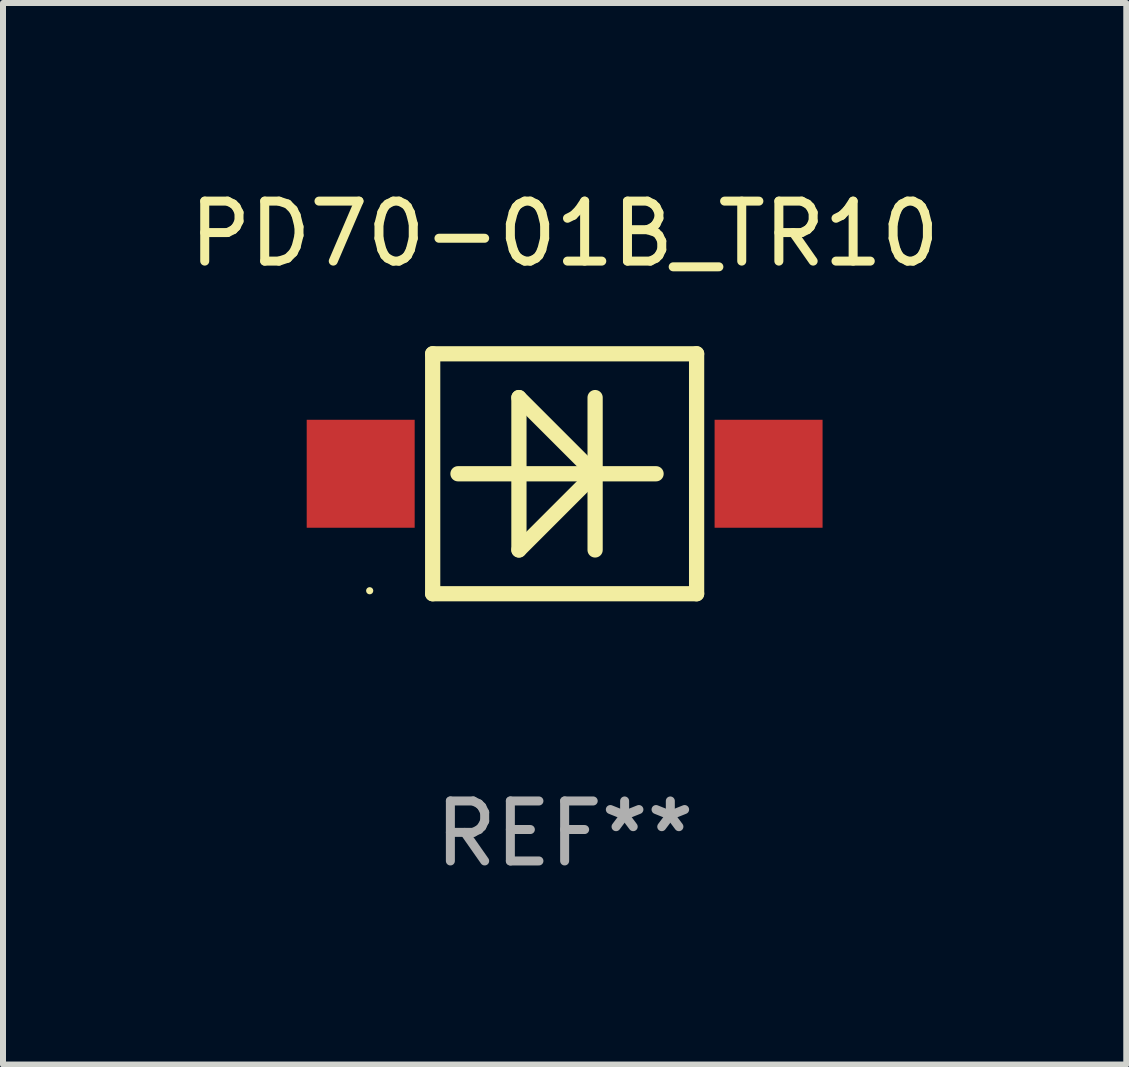
<source format=kicad_pcb>
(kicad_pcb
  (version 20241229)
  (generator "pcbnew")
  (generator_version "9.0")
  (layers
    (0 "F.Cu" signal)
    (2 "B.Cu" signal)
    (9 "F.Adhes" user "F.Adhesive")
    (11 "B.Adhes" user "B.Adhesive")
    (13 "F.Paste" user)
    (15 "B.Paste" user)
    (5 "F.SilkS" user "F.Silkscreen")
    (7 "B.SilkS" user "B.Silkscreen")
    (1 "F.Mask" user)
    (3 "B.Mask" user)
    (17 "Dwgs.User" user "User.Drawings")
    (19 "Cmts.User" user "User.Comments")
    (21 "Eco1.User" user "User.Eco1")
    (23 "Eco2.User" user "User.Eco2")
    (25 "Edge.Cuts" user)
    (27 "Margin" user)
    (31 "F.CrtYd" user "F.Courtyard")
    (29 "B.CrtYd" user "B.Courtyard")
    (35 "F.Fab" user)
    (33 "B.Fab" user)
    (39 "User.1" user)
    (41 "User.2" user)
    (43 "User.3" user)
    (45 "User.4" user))
  (footprint "PD70-01B_TR10"
    (layer "F.Cu")
    (at 6.363 4.848)
    (property "Reference" "PD70-01B_TR10" (at 0 -4 0) (layer "F.SilkS") (effects (font (size 1 1) (thickness 0.15))))
    (attr through_hole)
    (fp_line (start -2.2 -2) (end 2.2 -2) (stroke (width 0.254) (type solid)) (layer "F.SilkS"))
    (fp_line (start -2.2 2) (end -2.2 -2) (stroke (width 0.254) (type solid)) (layer "F.SilkS"))
    (fp_line (start -1.778 0) (end 1.524 0) (stroke (width 0.254) (type solid)) (layer "F.SilkS"))
    (fp_line (start -0.762 -1.27) (end -0.762 1.27) (stroke (width 0.254) (type solid)) (layer "F.SilkS"))
    (fp_line (start -0.762 1.27) (end 0.508 0) (stroke (width 0.254) (type solid)) (layer "F.SilkS"))
    (fp_line (start 0.508 -1.27) (end 0.508 1.27) (stroke (width 0.254) (type solid)) (layer "F.SilkS"))
    (fp_line (start 0.508 0) (end -0.762 -1.27) (stroke (width 0.254) (type solid)) (layer "F.SilkS"))
    (fp_line (start 2.2 -2) (end 2.2 2) (stroke (width 0.254) (type solid)) (layer "F.SilkS"))
    (fp_line (start 2.2 2) (end -2.2 2) (stroke (width 0.254) (type solid)) (layer "F.SilkS"))
    (fp_circle (center -3.25 1.95) (end -3.22 1.95) (stroke (width 0.06) (type solid)) (fill no) (layer "F.SilkS"))
    (fp_text user "REF**" (at 0 6 0) (layer "F.Fab") (effects (font (size 1 1) (thickness 0.15))))
    (pad "1" smd rect (at -3.4 0) (size 1.8 1.8) (layers "F.Cu" "F.Mask" "F.Paste"))
    (pad "2" smd rect (at 3.4 0) (size 1.8 1.8) (layers "F.Cu" "F.Mask" "F.Paste")))
  (gr_rect
    (start -3 -3)
    (end 15.726 14.697)
    (stroke (width 0.1) (type default))
    (fill no)
    (layer "Edge.Cuts")))
</source>
